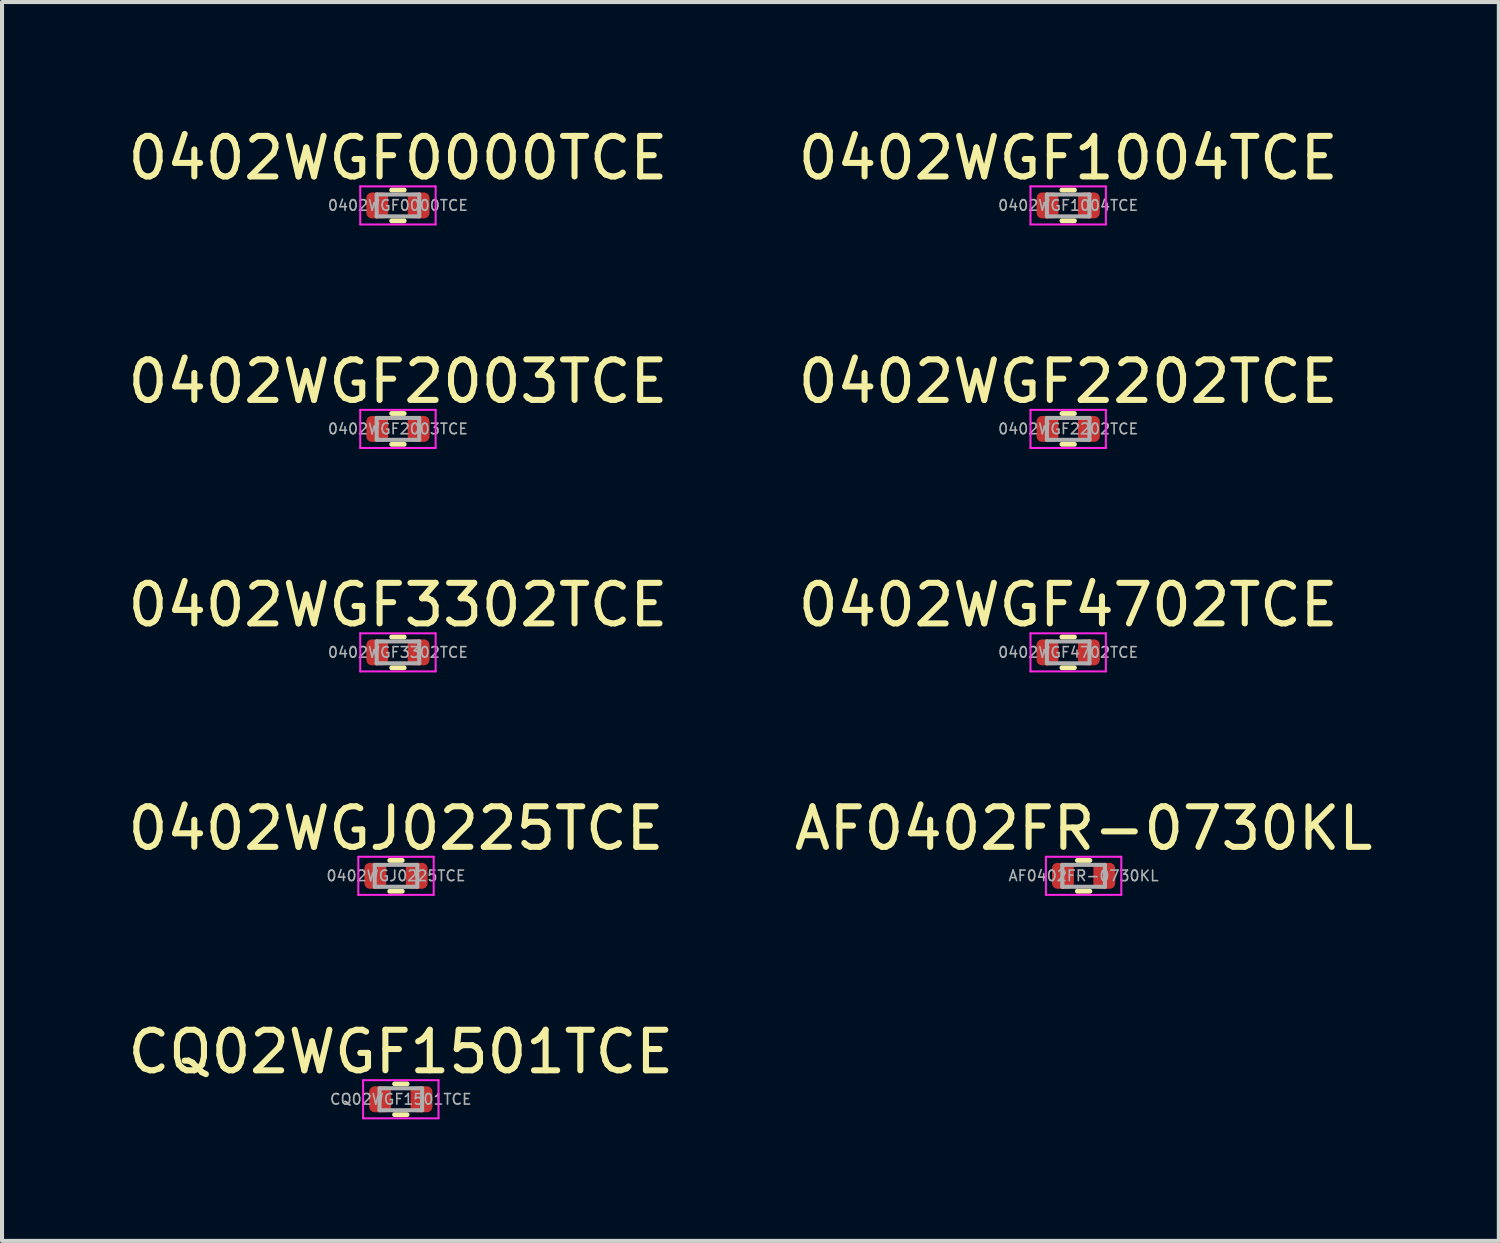
<source format=kicad_pcb>
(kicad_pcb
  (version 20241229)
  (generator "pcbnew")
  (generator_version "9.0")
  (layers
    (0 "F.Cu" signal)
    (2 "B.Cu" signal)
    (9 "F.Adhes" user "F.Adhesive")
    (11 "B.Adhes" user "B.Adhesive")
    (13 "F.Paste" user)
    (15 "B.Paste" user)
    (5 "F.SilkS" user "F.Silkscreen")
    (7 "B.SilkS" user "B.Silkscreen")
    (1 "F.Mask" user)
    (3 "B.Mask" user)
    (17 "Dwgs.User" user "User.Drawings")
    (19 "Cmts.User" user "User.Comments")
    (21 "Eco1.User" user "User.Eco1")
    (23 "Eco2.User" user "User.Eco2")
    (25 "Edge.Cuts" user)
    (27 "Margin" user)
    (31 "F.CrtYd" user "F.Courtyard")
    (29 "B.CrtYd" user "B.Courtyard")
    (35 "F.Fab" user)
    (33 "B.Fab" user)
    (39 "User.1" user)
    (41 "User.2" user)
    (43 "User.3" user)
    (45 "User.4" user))
  (footprint "0402WGF2202TCE"
    (layer "F.Cu")
    (at 23.304 7.532)
    (property "Reference" "0402WGF2202TCE" (at 0 -1.17 0) (layer "F.SilkS") (effects (font (size 1 1) (thickness 0.15))))
    (attr smd)
    (fp_line (start -0.154 -0.38) (end 0.154 -0.38) (stroke (width 0.12) (type solid)) (layer "F.SilkS"))
    (fp_line (start -0.154 0.38) (end 0.154 0.38) (stroke (width 0.12) (type solid)) (layer "F.SilkS"))
    (fp_line (start -0.93 -0.47) (end 0.93 -0.47) (stroke (width 0.05) (type solid)) (layer "F.CrtYd"))
    (fp_line (start -0.93 0.47) (end -0.93 -0.47) (stroke (width 0.05) (type solid)) (layer "F.CrtYd"))
    (fp_line (start 0.93 -0.47) (end 0.93 0.47) (stroke (width 0.05) (type solid)) (layer "F.CrtYd"))
    (fp_line (start 0.93 0.47) (end -0.93 0.47) (stroke (width 0.05) (type solid)) (layer "F.CrtYd"))
    (fp_line (start -0.525 -0.27) (end 0.525 -0.27) (stroke (width 0.1) (type solid)) (layer "F.Fab"))
    (fp_line (start -0.525 0.27) (end -0.525 -0.27) (stroke (width 0.1) (type solid)) (layer "F.Fab"))
    (fp_line (start 0.525 -0.27) (end 0.525 0.27) (stroke (width 0.1) (type solid)) (layer "F.Fab"))
    (fp_line (start 0.525 0.27) (end -0.525 0.27) (stroke (width 0.1) (type solid)) (layer "F.Fab"))
    (fp_text user "${REFERENCE}" (at 0 0 0) (layer "F.Fab") (effects (font (size 0.26 0.26) (thickness 0.04))))
    (pad "1" smd roundrect (at -0.51 0) (size 0.54 0.64) (layers "F.Cu" "F.Mask" "F.Paste") (roundrect_rratio 0.25))
    (pad "2" smd roundrect (at 0.51 0) (size 0.54 0.64) (layers "F.Cu" "F.Mask" "F.Paste") (roundrect_rratio 0.25)))
  (footprint "0402WGF0000TCE"
    (layer "F.Cu")
    (at 6.768 2.018)
    (property "Reference" "0402WGF0000TCE" (at 0 -1.17 0) (layer "F.SilkS") (effects (font (size 1 1) (thickness 0.15))))
    (attr smd)
    (fp_line (start -0.154 -0.38) (end 0.154 -0.38) (stroke (width 0.12) (type solid)) (layer "F.SilkS"))
    (fp_line (start -0.154 0.38) (end 0.154 0.38) (stroke (width 0.12) (type solid)) (layer "F.SilkS"))
    (fp_line (start -0.93 -0.47) (end 0.93 -0.47) (stroke (width 0.05) (type solid)) (layer "F.CrtYd"))
    (fp_line (start -0.93 0.47) (end -0.93 -0.47) (stroke (width 0.05) (type solid)) (layer "F.CrtYd"))
    (fp_line (start 0.93 -0.47) (end 0.93 0.47) (stroke (width 0.05) (type solid)) (layer "F.CrtYd"))
    (fp_line (start 0.93 0.47) (end -0.93 0.47) (stroke (width 0.05) (type solid)) (layer "F.CrtYd"))
    (fp_line (start -0.525 -0.27) (end 0.525 -0.27) (stroke (width 0.1) (type solid)) (layer "F.Fab"))
    (fp_line (start -0.525 0.27) (end -0.525 -0.27) (stroke (width 0.1) (type solid)) (layer "F.Fab"))
    (fp_line (start 0.525 -0.27) (end 0.525 0.27) (stroke (width 0.1) (type solid)) (layer "F.Fab"))
    (fp_line (start 0.525 0.27) (end -0.525 0.27) (stroke (width 0.1) (type solid)) (layer "F.Fab"))
    (fp_text user "${REFERENCE}" (at 0 0 0) (layer "F.Fab") (effects (font (size 0.26 0.26) (thickness 0.04))))
    (pad "1" smd roundrect (at -0.51 0) (size 0.54 0.64) (layers "F.Cu" "F.Mask" "F.Paste") (roundrect_rratio 0.25))
    (pad "2" smd roundrect (at 0.51 0) (size 0.54 0.64) (layers "F.Cu" "F.Mask" "F.Paste") (roundrect_rratio 0.25)))
  (footprint "0402WGF3302TCE"
    (layer "F.Cu")
    (at 6.768 13.045)
    (property "Reference" "0402WGF3302TCE" (at 0 -1.17 0) (layer "F.SilkS") (effects (font (size 1 1) (thickness 0.15))))
    (attr smd)
    (fp_line (start -0.154 -0.38) (end 0.154 -0.38) (stroke (width 0.12) (type solid)) (layer "F.SilkS"))
    (fp_line (start -0.154 0.38) (end 0.154 0.38) (stroke (width 0.12) (type solid)) (layer "F.SilkS"))
    (fp_line (start -0.93 -0.47) (end 0.93 -0.47) (stroke (width 0.05) (type solid)) (layer "F.CrtYd"))
    (fp_line (start -0.93 0.47) (end -0.93 -0.47) (stroke (width 0.05) (type solid)) (layer "F.CrtYd"))
    (fp_line (start 0.93 -0.47) (end 0.93 0.47) (stroke (width 0.05) (type solid)) (layer "F.CrtYd"))
    (fp_line (start 0.93 0.47) (end -0.93 0.47) (stroke (width 0.05) (type solid)) (layer "F.CrtYd"))
    (fp_line (start -0.525 -0.27) (end 0.525 -0.27) (stroke (width 0.1) (type solid)) (layer "F.Fab"))
    (fp_line (start -0.525 0.27) (end -0.525 -0.27) (stroke (width 0.1) (type solid)) (layer "F.Fab"))
    (fp_line (start 0.525 -0.27) (end 0.525 0.27) (stroke (width 0.1) (type solid)) (layer "F.Fab"))
    (fp_line (start 0.525 0.27) (end -0.525 0.27) (stroke (width 0.1) (type solid)) (layer "F.Fab"))
    (fp_text user "${REFERENCE}" (at 0 0 0) (layer "F.Fab") (effects (font (size 0.26 0.26) (thickness 0.04))))
    (pad "1" smd roundrect (at -0.51 0) (size 0.54 0.64) (layers "F.Cu" "F.Mask" "F.Paste") (roundrect_rratio 0.25))
    (pad "2" smd roundrect (at 0.51 0) (size 0.54 0.64) (layers "F.Cu" "F.Mask" "F.Paste") (roundrect_rratio 0.25)))
  (footprint "0402WGF1004TCE"
    (layer "F.Cu")
    (at 23.304 2.018)
    (property "Reference" "0402WGF1004TCE" (at 0 -1.17 0) (layer "F.SilkS") (effects (font (size 1 1) (thickness 0.15))))
    (attr smd)
    (fp_line (start -0.154 -0.38) (end 0.154 -0.38) (stroke (width 0.12) (type solid)) (layer "F.SilkS"))
    (fp_line (start -0.154 0.38) (end 0.154 0.38) (stroke (width 0.12) (type solid)) (layer "F.SilkS"))
    (fp_line (start -0.93 -0.47) (end 0.93 -0.47) (stroke (width 0.05) (type solid)) (layer "F.CrtYd"))
    (fp_line (start -0.93 0.47) (end -0.93 -0.47) (stroke (width 0.05) (type solid)) (layer "F.CrtYd"))
    (fp_line (start 0.93 -0.47) (end 0.93 0.47) (stroke (width 0.05) (type solid)) (layer "F.CrtYd"))
    (fp_line (start 0.93 0.47) (end -0.93 0.47) (stroke (width 0.05) (type solid)) (layer "F.CrtYd"))
    (fp_line (start -0.525 -0.27) (end 0.525 -0.27) (stroke (width 0.1) (type solid)) (layer "F.Fab"))
    (fp_line (start -0.525 0.27) (end -0.525 -0.27) (stroke (width 0.1) (type solid)) (layer "F.Fab"))
    (fp_line (start 0.525 -0.27) (end 0.525 0.27) (stroke (width 0.1) (type solid)) (layer "F.Fab"))
    (fp_line (start 0.525 0.27) (end -0.525 0.27) (stroke (width 0.1) (type solid)) (layer "F.Fab"))
    (fp_text user "${REFERENCE}" (at 0 0 0) (layer "F.Fab") (effects (font (size 0.26 0.26) (thickness 0.04))))
    (pad "1" smd roundrect (at -0.51 0) (size 0.54 0.64) (layers "F.Cu" "F.Mask" "F.Paste") (roundrect_rratio 0.25))
    (pad "2" smd roundrect (at 0.51 0) (size 0.54 0.64) (layers "F.Cu" "F.Mask" "F.Paste") (roundrect_rratio 0.25)))
  (footprint "AF0402FR-0730KL"
    (layer "F.Cu")
    (at 23.685 18.558)
    (property "Reference" "AF0402FR-0730KL" (at 0 -1.17 0) (layer "F.SilkS") (effects (font (size 1 1) (thickness 0.15))))
    (attr smd)
    (fp_line (start -0.154 -0.38) (end 0.154 -0.38) (stroke (width 0.12) (type solid)) (layer "F.SilkS"))
    (fp_line (start -0.154 0.38) (end 0.154 0.38) (stroke (width 0.12) (type solid)) (layer "F.SilkS"))
    (fp_line (start -0.93 -0.47) (end 0.93 -0.47) (stroke (width 0.05) (type solid)) (layer "F.CrtYd"))
    (fp_line (start -0.93 0.47) (end -0.93 -0.47) (stroke (width 0.05) (type solid)) (layer "F.CrtYd"))
    (fp_line (start 0.93 -0.47) (end 0.93 0.47) (stroke (width 0.05) (type solid)) (layer "F.CrtYd"))
    (fp_line (start 0.93 0.47) (end -0.93 0.47) (stroke (width 0.05) (type solid)) (layer "F.CrtYd"))
    (fp_line (start -0.525 -0.27) (end 0.525 -0.27) (stroke (width 0.1) (type solid)) (layer "F.Fab"))
    (fp_line (start -0.525 0.27) (end -0.525 -0.27) (stroke (width 0.1) (type solid)) (layer "F.Fab"))
    (fp_line (start 0.525 -0.27) (end 0.525 0.27) (stroke (width 0.1) (type solid)) (layer "F.Fab"))
    (fp_line (start 0.525 0.27) (end -0.525 0.27) (stroke (width 0.1) (type solid)) (layer "F.Fab"))
    (fp_text user "${REFERENCE}" (at 0 0 0) (layer "F.Fab") (effects (font (size 0.26 0.26) (thickness 0.04))))
    (pad "1" smd roundrect (at -0.51 0) (size 0.54 0.64) (layers "F.Cu" "F.Mask" "F.Paste") (roundrect_rratio 0.25))
    (pad "2" smd roundrect (at 0.51 0) (size 0.54 0.64) (layers "F.Cu" "F.Mask" "F.Paste") (roundrect_rratio 0.25)))
  (footprint "0402WGF4702TCE"
    (layer "F.Cu")
    (at 23.304 13.045)
    (property "Reference" "0402WGF4702TCE" (at 0 -1.17 0) (layer "F.SilkS") (effects (font (size 1 1) (thickness 0.15))))
    (attr smd)
    (fp_line (start -0.154 -0.38) (end 0.154 -0.38) (stroke (width 0.12) (type solid)) (layer "F.SilkS"))
    (fp_line (start -0.154 0.38) (end 0.154 0.38) (stroke (width 0.12) (type solid)) (layer "F.SilkS"))
    (fp_line (start -0.93 -0.47) (end 0.93 -0.47) (stroke (width 0.05) (type solid)) (layer "F.CrtYd"))
    (fp_line (start -0.93 0.47) (end -0.93 -0.47) (stroke (width 0.05) (type solid)) (layer "F.CrtYd"))
    (fp_line (start 0.93 -0.47) (end 0.93 0.47) (stroke (width 0.05) (type solid)) (layer "F.CrtYd"))
    (fp_line (start 0.93 0.47) (end -0.93 0.47) (stroke (width 0.05) (type solid)) (layer "F.CrtYd"))
    (fp_line (start -0.525 -0.27) (end 0.525 -0.27) (stroke (width 0.1) (type solid)) (layer "F.Fab"))
    (fp_line (start -0.525 0.27) (end -0.525 -0.27) (stroke (width 0.1) (type solid)) (layer "F.Fab"))
    (fp_line (start 0.525 -0.27) (end 0.525 0.27) (stroke (width 0.1) (type solid)) (layer "F.Fab"))
    (fp_line (start 0.525 0.27) (end -0.525 0.27) (stroke (width 0.1) (type solid)) (layer "F.Fab"))
    (fp_text user "${REFERENCE}" (at 0 0 0) (layer "F.Fab") (effects (font (size 0.26 0.26) (thickness 0.04))))
    (pad "1" smd roundrect (at -0.51 0) (size 0.54 0.64) (layers "F.Cu" "F.Mask" "F.Paste") (roundrect_rratio 0.25))
    (pad "2" smd roundrect (at 0.51 0) (size 0.54 0.64) (layers "F.Cu" "F.Mask" "F.Paste") (roundrect_rratio 0.25)))
  (footprint "0402WGF2003TCE"
    (layer "F.Cu")
    (at 6.768 7.532)
    (property "Reference" "0402WGF2003TCE" (at 0 -1.17 0) (layer "F.SilkS") (effects (font (size 1 1) (thickness 0.15))))
    (attr smd)
    (fp_line (start -0.154 -0.38) (end 0.154 -0.38) (stroke (width 0.12) (type solid)) (layer "F.SilkS"))
    (fp_line (start -0.154 0.38) (end 0.154 0.38) (stroke (width 0.12) (type solid)) (layer "F.SilkS"))
    (fp_line (start -0.93 -0.47) (end 0.93 -0.47) (stroke (width 0.05) (type solid)) (layer "F.CrtYd"))
    (fp_line (start -0.93 0.47) (end -0.93 -0.47) (stroke (width 0.05) (type solid)) (layer "F.CrtYd"))
    (fp_line (start 0.93 -0.47) (end 0.93 0.47) (stroke (width 0.05) (type solid)) (layer "F.CrtYd"))
    (fp_line (start 0.93 0.47) (end -0.93 0.47) (stroke (width 0.05) (type solid)) (layer "F.CrtYd"))
    (fp_line (start -0.525 -0.27) (end 0.525 -0.27) (stroke (width 0.1) (type solid)) (layer "F.Fab"))
    (fp_line (start -0.525 0.27) (end -0.525 -0.27) (stroke (width 0.1) (type solid)) (layer "F.Fab"))
    (fp_line (start 0.525 -0.27) (end 0.525 0.27) (stroke (width 0.1) (type solid)) (layer "F.Fab"))
    (fp_line (start 0.525 0.27) (end -0.525 0.27) (stroke (width 0.1) (type solid)) (layer "F.Fab"))
    (fp_text user "${REFERENCE}" (at 0 0 0) (layer "F.Fab") (effects (font (size 0.26 0.26) (thickness 0.04))))
    (pad "1" smd roundrect (at -0.51 0) (size 0.54 0.64) (layers "F.Cu" "F.Mask" "F.Paste") (roundrect_rratio 0.25))
    (pad "2" smd roundrect (at 0.51 0) (size 0.54 0.64) (layers "F.Cu" "F.Mask" "F.Paste") (roundrect_rratio 0.25)))
  (footprint "0402WGJ0225TCE"
    (layer "F.Cu")
    (at 6.72 18.558)
    (property "Reference" "0402WGJ0225TCE" (at 0 -1.17 0) (layer "F.SilkS") (effects (font (size 1 1) (thickness 0.15))))
    (attr smd)
    (fp_line (start -0.154 -0.38) (end 0.154 -0.38) (stroke (width 0.12) (type solid)) (layer "F.SilkS"))
    (fp_line (start -0.154 0.38) (end 0.154 0.38) (stroke (width 0.12) (type solid)) (layer "F.SilkS"))
    (fp_line (start -0.93 -0.47) (end 0.93 -0.47) (stroke (width 0.05) (type solid)) (layer "F.CrtYd"))
    (fp_line (start -0.93 0.47) (end -0.93 -0.47) (stroke (width 0.05) (type solid)) (layer "F.CrtYd"))
    (fp_line (start 0.93 -0.47) (end 0.93 0.47) (stroke (width 0.05) (type solid)) (layer "F.CrtYd"))
    (fp_line (start 0.93 0.47) (end -0.93 0.47) (stroke (width 0.05) (type solid)) (layer "F.CrtYd"))
    (fp_line (start -0.525 -0.27) (end 0.525 -0.27) (stroke (width 0.1) (type solid)) (layer "F.Fab"))
    (fp_line (start -0.525 0.27) (end -0.525 -0.27) (stroke (width 0.1) (type solid)) (layer "F.Fab"))
    (fp_line (start 0.525 -0.27) (end 0.525 0.27) (stroke (width 0.1) (type solid)) (layer "F.Fab"))
    (fp_line (start 0.525 0.27) (end -0.525 0.27) (stroke (width 0.1) (type solid)) (layer "F.Fab"))
    (fp_text user "${REFERENCE}" (at 0 0 0) (layer "F.Fab") (effects (font (size 0.26 0.26) (thickness 0.04))))
    (pad "1" smd roundrect (at -0.51 0) (size 0.54 0.64) (layers "F.Cu" "F.Mask" "F.Paste") (roundrect_rratio 0.25))
    (pad "2" smd roundrect (at 0.51 0) (size 0.54 0.64) (layers "F.Cu" "F.Mask" "F.Paste") (roundrect_rratio 0.25)))
  (footprint "CQ02WGF1501TCE"
    (layer "F.Cu")
    (at 6.839 24.071)
    (property "Reference" "CQ02WGF1501TCE" (at 0 -1.17 0) (layer "F.SilkS") (effects (font (size 1 1) (thickness 0.15))))
    (attr smd)
    (fp_line (start -0.154 -0.38) (end 0.154 -0.38) (stroke (width 0.12) (type solid)) (layer "F.SilkS"))
    (fp_line (start -0.154 0.38) (end 0.154 0.38) (stroke (width 0.12) (type solid)) (layer "F.SilkS"))
    (fp_line (start -0.93 -0.47) (end 0.93 -0.47) (stroke (width 0.05) (type solid)) (layer "F.CrtYd"))
    (fp_line (start -0.93 0.47) (end -0.93 -0.47) (stroke (width 0.05) (type solid)) (layer "F.CrtYd"))
    (fp_line (start 0.93 -0.47) (end 0.93 0.47) (stroke (width 0.05) (type solid)) (layer "F.CrtYd"))
    (fp_line (start 0.93 0.47) (end -0.93 0.47) (stroke (width 0.05) (type solid)) (layer "F.CrtYd"))
    (fp_line (start -0.525 -0.27) (end 0.525 -0.27) (stroke (width 0.1) (type solid)) (layer "F.Fab"))
    (fp_line (start -0.525 0.27) (end -0.525 -0.27) (stroke (width 0.1) (type solid)) (layer "F.Fab"))
    (fp_line (start 0.525 -0.27) (end 0.525 0.27) (stroke (width 0.1) (type solid)) (layer "F.Fab"))
    (fp_line (start 0.525 0.27) (end -0.525 0.27) (stroke (width 0.1) (type solid)) (layer "F.Fab"))
    (fp_text user "${REFERENCE}" (at 0 0 0) (layer "F.Fab") (effects (font (size 0.26 0.26) (thickness 0.04))))
    (pad "1" smd roundrect (at -0.51 0) (size 0.54 0.64) (layers "F.Cu" "F.Mask" "F.Paste") (roundrect_rratio 0.25))
    (pad "2" smd roundrect (at 0.51 0) (size 0.54 0.64) (layers "F.Cu" "F.Mask" "F.Paste") (roundrect_rratio 0.25)))
  (gr_rect
    (start -3 -3)
    (end 33.929 27.566)
    (stroke (width 0.1) (type default))
    (fill no)
    (layer "Edge.Cuts")))
</source>
